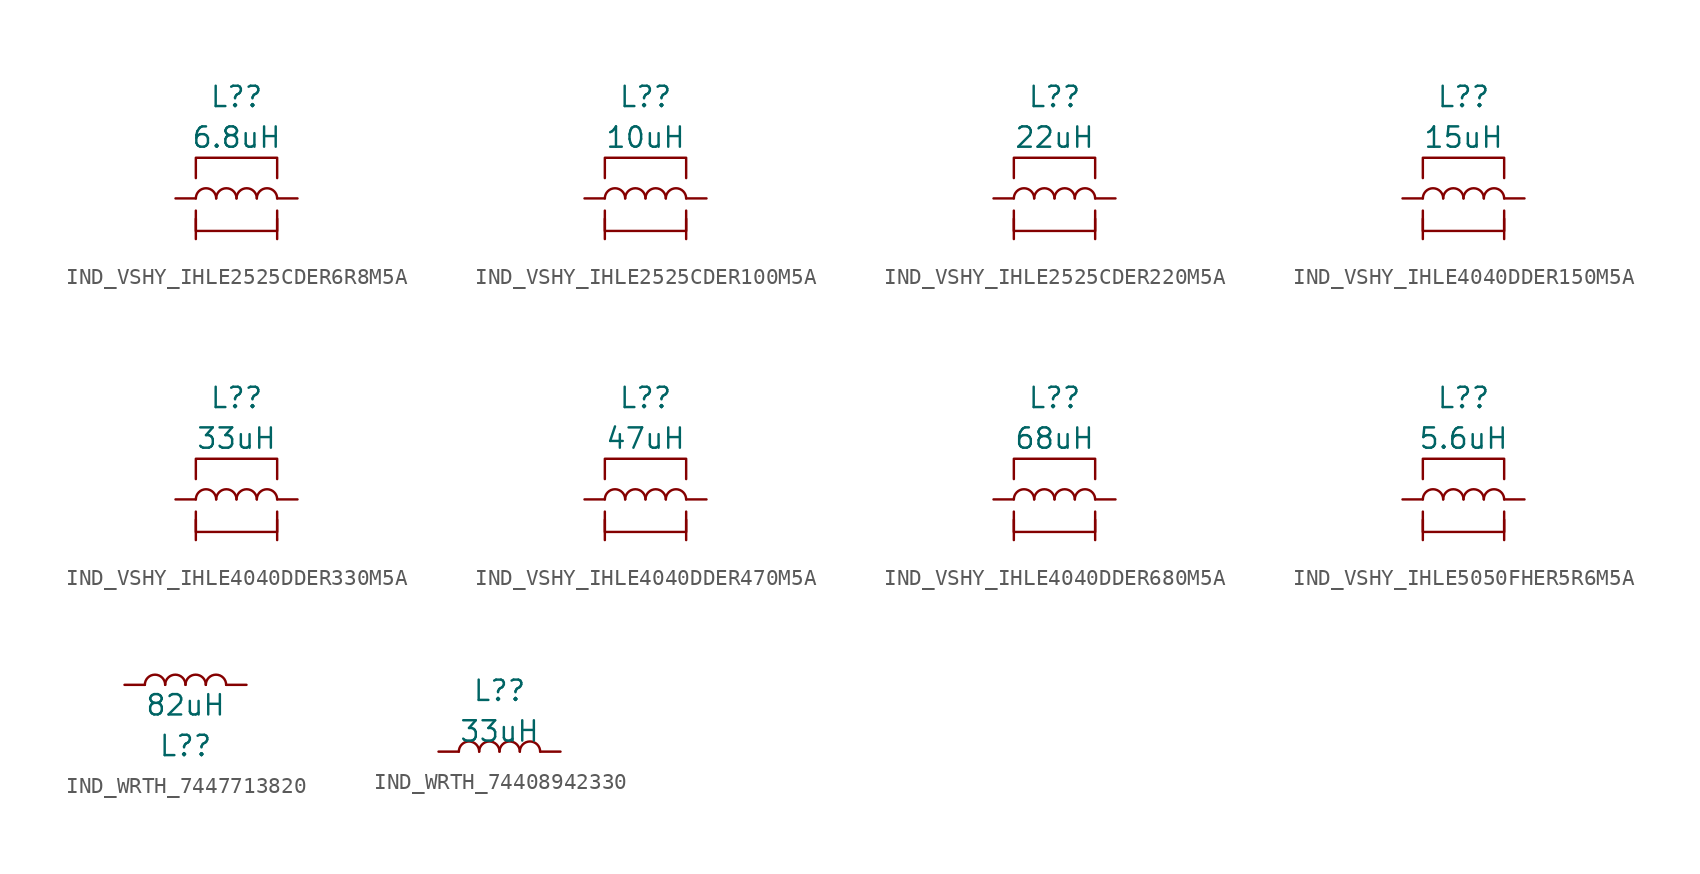
<source format=kicad_sym>
(kicad_symbol_lib
  (version 20231120)
  (generator "kicad_symbol_editor")
  (generator_version "8.0")
  (symbol "IND_VSHY_IHLE2525CDER6R8M5A"
    (pin_numbers hide)
    (pin_names
      (offset 1.016) hide)
    (property "Reference" "L?"
      (at 0 6.35 0)
      (effects (font (size 1.27 1.27))))
    (property "Value" "6.8uH"
      (at 0 3.81 0)
      (effects (font (size 1.27 1.27))))
    (symbol "IND_VSHY_IHLE2525CDER6R8M5A_0_1"
      (arc (start -1.27 0) (mid -1.905 0.6323) (end -2.54 0) (stroke (width 0) (type default)) (fill (type none)))
      (arc (start 0 0) (mid -0.635 0.6323) (end -1.27 0) (stroke (width 0) (type default)) (fill (type none)))
      (polyline (pts (xy -2.54 -0.762) (xy -2.54 -2.032) (xy 2.54 -2.032) (xy 2.54 -0.762)) (stroke (width 0) (type default)) (fill (type none)))
      (polyline (pts (xy 2.54 1.27) (xy 2.54 2.54) (xy -2.54 2.54) (xy -2.54 1.27)) (stroke (width 0) (type default)) (fill (type none)))
      (arc (start 1.27 0) (mid 0.635 0.6323) (end 0 0) (stroke (width 0) (type default)) (fill (type none)))
      (arc (start 2.54 0) (mid 1.905 0.6323) (end 1.27 0) (stroke (width 0) (type default)) (fill (type none))))
    (symbol "IND_VSHY_IHLE2525CDER6R8M5A_1_1"
      (pin passive line (at -3.81 0 0) (length 1.27) (name "1" (effects (font (size 1.27 1.27)))) (number "1" (effects (font (size 1.27 1.27)))))
      (pin passive line (at 3.81 0 180) (length 1.27) (name "2" (effects (font (size 1.27 1.27)))) (number "2" (effects (font (size 1.27 1.27)))))
      (pin passive line (at -2.54 -2.54 90) (length 1.27) (name "SH2" (effects (font (size 1.27 1.27)))) (number "3" (effects (font (size 1.27 1.27)))))
      (pin passive line (at 2.54 -2.54 90) (length 1.27) (name "SH1" (effects (font (size 1.27 1.27)))) (number "4" (effects (font (size 1.27 1.27)))))))
  (symbol "IND_VSHY_IHLE2525CDER100M5A"
    (pin_numbers hide)
    (pin_names
      (offset 1.016) hide)
    (property "Reference" "L?"
      (at 0 6.35 0)
      (effects (font (size 1.27 1.27))))
    (property "Value" "10uH"
      (at 0 3.81 0)
      (effects (font (size 1.27 1.27))))
    (symbol "IND_VSHY_IHLE2525CDER100M5A_0_1"
      (arc (start -1.27 0) (mid -1.905 0.6323) (end -2.54 0) (stroke (width 0) (type default)) (fill (type none)))
      (arc (start 0 0) (mid -0.635 0.6323) (end -1.27 0) (stroke (width 0) (type default)) (fill (type none)))
      (polyline (pts (xy -2.54 -0.762) (xy -2.54 -2.032) (xy 2.54 -2.032) (xy 2.54 -0.762)) (stroke (width 0) (type default)) (fill (type none)))
      (polyline (pts (xy 2.54 1.27) (xy 2.54 2.54) (xy -2.54 2.54) (xy -2.54 1.27)) (stroke (width 0) (type default)) (fill (type none)))
      (arc (start 1.27 0) (mid 0.635 0.6323) (end 0 0) (stroke (width 0) (type default)) (fill (type none)))
      (arc (start 2.54 0) (mid 1.905 0.6323) (end 1.27 0) (stroke (width 0) (type default)) (fill (type none))))
    (symbol "IND_VSHY_IHLE2525CDER100M5A_1_1"
      (pin passive line (at -3.81 0 0) (length 1.27) (name "1" (effects (font (size 1.27 1.27)))) (number "1" (effects (font (size 1.27 1.27)))))
      (pin passive line (at 3.81 0 180) (length 1.27) (name "2" (effects (font (size 1.27 1.27)))) (number "2" (effects (font (size 1.27 1.27)))))
      (pin passive line (at -2.54 -2.54 90) (length 1.27) (name "SH2" (effects (font (size 1.27 1.27)))) (number "3" (effects (font (size 1.27 1.27)))))
      (pin passive line (at 2.54 -2.54 90) (length 1.27) (name "SH1" (effects (font (size 1.27 1.27)))) (number "4" (effects (font (size 1.27 1.27)))))))
  (symbol "IND_VSHY_IHLE2525CDER220M5A"
    (pin_numbers hide)
    (pin_names
      (offset 1.016) hide)
    (property "Reference" "L?"
      (at 0 6.35 0)
      (effects (font (size 1.27 1.27))))
    (property "Value" "22uH"
      (at 0 3.81 0)
      (effects (font (size 1.27 1.27))))
    (symbol "IND_VSHY_IHLE2525CDER220M5A_0_1"
      (arc (start -1.27 0) (mid -1.905 0.6323) (end -2.54 0) (stroke (width 0) (type default)) (fill (type none)))
      (arc (start 0 0) (mid -0.635 0.6323) (end -1.27 0) (stroke (width 0) (type default)) (fill (type none)))
      (polyline (pts (xy -2.54 -0.762) (xy -2.54 -2.032) (xy 2.54 -2.032) (xy 2.54 -0.762)) (stroke (width 0) (type default)) (fill (type none)))
      (polyline (pts (xy 2.54 1.27) (xy 2.54 2.54) (xy -2.54 2.54) (xy -2.54 1.27)) (stroke (width 0) (type default)) (fill (type none)))
      (arc (start 1.27 0) (mid 0.635 0.6323) (end 0 0) (stroke (width 0) (type default)) (fill (type none)))
      (arc (start 2.54 0) (mid 1.905 0.6323) (end 1.27 0) (stroke (width 0) (type default)) (fill (type none))))
    (symbol "IND_VSHY_IHLE2525CDER220M5A_1_1"
      (pin passive line (at -3.81 0 0) (length 1.27) (name "1" (effects (font (size 1.27 1.27)))) (number "1" (effects (font (size 1.27 1.27)))))
      (pin passive line (at 3.81 0 180) (length 1.27) (name "2" (effects (font (size 1.27 1.27)))) (number "2" (effects (font (size 1.27 1.27)))))
      (pin passive line (at -2.54 -2.54 90) (length 1.27) (name "SH2" (effects (font (size 1.27 1.27)))) (number "3" (effects (font (size 1.27 1.27)))))
      (pin passive line (at 2.54 -2.54 90) (length 1.27) (name "SH1" (effects (font (size 1.27 1.27)))) (number "4" (effects (font (size 1.27 1.27)))))))
  (symbol "IND_VSHY_IHLE4040DDER150M5A"
    (pin_numbers hide)
    (pin_names
      (offset 1.016) hide)
    (property "Reference" "L?"
      (at 0 6.35 0)
      (effects (font (size 1.27 1.27))))
    (property "Value" "15uH"
      (at 0 3.81 0)
      (effects (font (size 1.27 1.27))))
    (symbol "IND_VSHY_IHLE4040DDER150M5A_0_1"
      (arc (start -1.27 0) (mid -1.905 0.6323) (end -2.54 0) (stroke (width 0) (type default)) (fill (type none)))
      (arc (start 0 0) (mid -0.635 0.6323) (end -1.27 0) (stroke (width 0) (type default)) (fill (type none)))
      (polyline (pts (xy -2.54 -0.762) (xy -2.54 -2.032) (xy 2.54 -2.032) (xy 2.54 -0.762)) (stroke (width 0) (type default)) (fill (type none)))
      (polyline (pts (xy 2.54 1.27) (xy 2.54 2.54) (xy -2.54 2.54) (xy -2.54 1.27)) (stroke (width 0) (type default)) (fill (type none)))
      (arc (start 1.27 0) (mid 0.635 0.6323) (end 0 0) (stroke (width 0) (type default)) (fill (type none)))
      (arc (start 2.54 0) (mid 1.905 0.6323) (end 1.27 0) (stroke (width 0) (type default)) (fill (type none))))
    (symbol "IND_VSHY_IHLE4040DDER150M5A_1_1"
      (pin passive line (at -3.81 0 0) (length 1.27) (name "1" (effects (font (size 1.27 1.27)))) (number "1" (effects (font (size 1.27 1.27)))))
      (pin passive line (at 3.81 0 180) (length 1.27) (name "2" (effects (font (size 1.27 1.27)))) (number "2" (effects (font (size 1.27 1.27)))))
      (pin passive line (at -2.54 -2.54 90) (length 1.27) (name "SH2" (effects (font (size 1.27 1.27)))) (number "3" (effects (font (size 1.27 1.27)))))
      (pin passive line (at 2.54 -2.54 90) (length 1.27) (name "SH1" (effects (font (size 1.27 1.27)))) (number "4" (effects (font (size 1.27 1.27)))))))
  (symbol "IND_VSHY_IHLE4040DDER330M5A"
    (pin_numbers hide)
    (pin_names
      (offset 1.016) hide)
    (property "Reference" "L?"
      (at 0 6.35 0)
      (effects (font (size 1.27 1.27))))
    (property "Value" "33uH"
      (at 0 3.81 0)
      (effects (font (size 1.27 1.27))))
    (symbol "IND_VSHY_IHLE4040DDER330M5A_0_1"
      (arc (start -1.27 0) (mid -1.905 0.6323) (end -2.54 0) (stroke (width 0) (type default)) (fill (type none)))
      (arc (start 0 0) (mid -0.635 0.6323) (end -1.27 0) (stroke (width 0) (type default)) (fill (type none)))
      (polyline (pts (xy -2.54 -0.762) (xy -2.54 -2.032) (xy 2.54 -2.032) (xy 2.54 -0.762)) (stroke (width 0) (type default)) (fill (type none)))
      (polyline (pts (xy 2.54 1.27) (xy 2.54 2.54) (xy -2.54 2.54) (xy -2.54 1.27)) (stroke (width 0) (type default)) (fill (type none)))
      (arc (start 1.27 0) (mid 0.635 0.6323) (end 0 0) (stroke (width 0) (type default)) (fill (type none)))
      (arc (start 2.54 0) (mid 1.905 0.6323) (end 1.27 0) (stroke (width 0) (type default)) (fill (type none))))
    (symbol "IND_VSHY_IHLE4040DDER330M5A_1_1"
      (pin passive line (at -3.81 0 0) (length 1.27) (name "1" (effects (font (size 1.27 1.27)))) (number "1" (effects (font (size 1.27 1.27)))))
      (pin passive line (at 3.81 0 180) (length 1.27) (name "2" (effects (font (size 1.27 1.27)))) (number "2" (effects (font (size 1.27 1.27)))))
      (pin passive line (at -2.54 -2.54 90) (length 1.27) (name "SH2" (effects (font (size 1.27 1.27)))) (number "3" (effects (font (size 1.27 1.27)))))
      (pin passive line (at 2.54 -2.54 90) (length 1.27) (name "SH1" (effects (font (size 1.27 1.27)))) (number "4" (effects (font (size 1.27 1.27)))))))
  (symbol "IND_VSHY_IHLE4040DDER470M5A"
    (pin_numbers hide)
    (pin_names
      (offset 1.016) hide)
    (property "Reference" "L?"
      (at 0 6.35 0)
      (effects (font (size 1.27 1.27))))
    (property "Value" "47uH"
      (at 0 3.81 0)
      (effects (font (size 1.27 1.27))))
    (symbol "IND_VSHY_IHLE4040DDER470M5A_0_1"
      (arc (start -1.27 0) (mid -1.905 0.6323) (end -2.54 0) (stroke (width 0) (type default)) (fill (type none)))
      (arc (start 0 0) (mid -0.635 0.6323) (end -1.27 0) (stroke (width 0) (type default)) (fill (type none)))
      (polyline (pts (xy -2.54 -0.762) (xy -2.54 -2.032) (xy 2.54 -2.032) (xy 2.54 -0.762)) (stroke (width 0) (type default)) (fill (type none)))
      (polyline (pts (xy 2.54 1.27) (xy 2.54 2.54) (xy -2.54 2.54) (xy -2.54 1.27)) (stroke (width 0) (type default)) (fill (type none)))
      (arc (start 1.27 0) (mid 0.635 0.6323) (end 0 0) (stroke (width 0) (type default)) (fill (type none)))
      (arc (start 2.54 0) (mid 1.905 0.6323) (end 1.27 0) (stroke (width 0) (type default)) (fill (type none))))
    (symbol "IND_VSHY_IHLE4040DDER470M5A_1_1"
      (pin passive line (at -3.81 0 0) (length 1.27) (name "1" (effects (font (size 1.27 1.27)))) (number "1" (effects (font (size 1.27 1.27)))))
      (pin passive line (at 3.81 0 180) (length 1.27) (name "2" (effects (font (size 1.27 1.27)))) (number "2" (effects (font (size 1.27 1.27)))))
      (pin passive line (at -2.54 -2.54 90) (length 1.27) (name "SH2" (effects (font (size 1.27 1.27)))) (number "3" (effects (font (size 1.27 1.27)))))
      (pin passive line (at 2.54 -2.54 90) (length 1.27) (name "SH1" (effects (font (size 1.27 1.27)))) (number "4" (effects (font (size 1.27 1.27)))))))
  (symbol "IND_VSHY_IHLE4040DDER680M5A"
    (pin_numbers hide)
    (pin_names
      (offset 1.016) hide)
    (property "Reference" "L?"
      (at 0 6.35 0)
      (effects (font (size 1.27 1.27))))
    (property "Value" "68uH"
      (at 0 3.81 0)
      (effects (font (size 1.27 1.27))))
    (symbol "IND_VSHY_IHLE4040DDER680M5A_0_1"
      (arc (start -1.27 0) (mid -1.905 0.6323) (end -2.54 0) (stroke (width 0) (type default)) (fill (type none)))
      (arc (start 0 0) (mid -0.635 0.6323) (end -1.27 0) (stroke (width 0) (type default)) (fill (type none)))
      (polyline (pts (xy -2.54 -0.762) (xy -2.54 -2.032) (xy 2.54 -2.032) (xy 2.54 -0.762)) (stroke (width 0) (type default)) (fill (type none)))
      (polyline (pts (xy 2.54 1.27) (xy 2.54 2.54) (xy -2.54 2.54) (xy -2.54 1.27)) (stroke (width 0) (type default)) (fill (type none)))
      (arc (start 1.27 0) (mid 0.635 0.6323) (end 0 0) (stroke (width 0) (type default)) (fill (type none)))
      (arc (start 2.54 0) (mid 1.905 0.6323) (end 1.27 0) (stroke (width 0) (type default)) (fill (type none))))
    (symbol "IND_VSHY_IHLE4040DDER680M5A_1_1"
      (pin passive line (at -3.81 0 0) (length 1.27) (name "1" (effects (font (size 1.27 1.27)))) (number "1" (effects (font (size 1.27 1.27)))))
      (pin passive line (at 3.81 0 180) (length 1.27) (name "2" (effects (font (size 1.27 1.27)))) (number "2" (effects (font (size 1.27 1.27)))))
      (pin passive line (at -2.54 -2.54 90) (length 1.27) (name "SH2" (effects (font (size 1.27 1.27)))) (number "3" (effects (font (size 1.27 1.27)))))
      (pin passive line (at 2.54 -2.54 90) (length 1.27) (name "SH1" (effects (font (size 1.27 1.27)))) (number "4" (effects (font (size 1.27 1.27)))))))
  (symbol "IND_VSHY_IHLE5050FHER5R6M5A"
    (pin_numbers hide)
    (pin_names
      (offset 1.016) hide)
    (property "Reference" "L?"
      (at 0 6.35 0)
      (effects (font (size 1.27 1.27))))
    (property "Value" "5.6uH"
      (at 0 3.81 0)
      (effects (font (size 1.27 1.27))))
    (symbol "IND_VSHY_IHLE5050FHER5R6M5A_0_1"
      (arc (start -1.27 0) (mid -1.905 0.6323) (end -2.54 0) (stroke (width 0) (type default)) (fill (type none)))
      (arc (start 0 0) (mid -0.635 0.6323) (end -1.27 0) (stroke (width 0) (type default)) (fill (type none)))
      (polyline (pts (xy -2.54 -0.762) (xy -2.54 -2.032) (xy 2.54 -2.032) (xy 2.54 -0.762)) (stroke (width 0) (type default)) (fill (type none)))
      (polyline (pts (xy 2.54 1.27) (xy 2.54 2.54) (xy -2.54 2.54) (xy -2.54 1.27)) (stroke (width 0) (type default)) (fill (type none)))
      (arc (start 1.27 0) (mid 0.635 0.6323) (end 0 0) (stroke (width 0) (type default)) (fill (type none)))
      (arc (start 2.54 0) (mid 1.905 0.6323) (end 1.27 0) (stroke (width 0) (type default)) (fill (type none))))
    (symbol "IND_VSHY_IHLE5050FHER5R6M5A_1_1"
      (pin passive line (at -3.81 0 0) (length 1.27) (name "1" (effects (font (size 1.27 1.27)))) (number "1" (effects (font (size 1.27 1.27)))))
      (pin passive line (at 3.81 0 180) (length 1.27) (name "2" (effects (font (size 1.27 1.27)))) (number "2" (effects (font (size 1.27 1.27)))))
      (pin passive line (at -2.54 -2.54 90) (length 1.27) (name "SH2" (effects (font (size 1.27 1.27)))) (number "3" (effects (font (size 1.27 1.27)))))
      (pin passive line (at 2.54 -2.54 90) (length 1.27) (name "SH1" (effects (font (size 1.27 1.27)))) (number "4" (effects (font (size 1.27 1.27)))))))
  (symbol "IND_WRTH_7447713820"
    (pin_numbers hide)
    (pin_names
      (offset 1.016) hide)
    (property "Reference" "L?"
      (at 0 -3.81 0)
      (effects (font (size 1.27 1.27))))
    (property "Value" "82uH"
      (at 0 -1.27 0)
      (effects (font (size 1.27 1.27))))
    (symbol "IND_WRTH_7447713820_0_1"
      (arc (start -1.27 0) (mid -1.905 0.6323) (end -2.54 0) (stroke (width 0) (type default)) (fill (type none)))
      (arc (start 0 0) (mid -0.635 0.6323) (end -1.27 0) (stroke (width 0) (type default)) (fill (type none)))
      (arc (start 1.27 0) (mid 0.635 0.6323) (end 0 0) (stroke (width 0) (type default)) (fill (type none)))
      (arc (start 2.54 0) (mid 1.905 0.6323) (end 1.27 0) (stroke (width 0) (type default)) (fill (type none))))
    (symbol "IND_WRTH_7447713820_1_1"
      (pin passive line (at -3.81 0 0) (length 1.27) (name "1" (effects (font (size 1.27 1.27)))) (number "1" (effects (font (size 1.27 1.27)))))
      (pin passive line (at 3.81 0 180) (length 1.27) (name "2" (effects (font (size 1.27 1.27)))) (number "2" (effects (font (size 1.27 1.27)))))))
  (symbol "IND_WRTH_74408942330"
    (pin_numbers hide)
    (pin_names
      (offset 1.016) hide)
    (property "Reference" "L?"
      (at 0 3.81 0)
      (effects (font (size 1.27 1.27))))
    (property "Value" "33uH"
      (at 0 1.27 0)
      (effects (font (size 1.27 1.27))))
    (symbol "IND_WRTH_74408942330_0_1"
      (arc (start -1.27 0) (mid -1.905 0.6323) (end -2.54 0) (stroke (width 0) (type default)) (fill (type none)))
      (arc (start 0 0) (mid -0.635 0.6323) (end -1.27 0) (stroke (width 0) (type default)) (fill (type none)))
      (arc (start 1.27 0) (mid 0.635 0.6323) (end 0 0) (stroke (width 0) (type default)) (fill (type none)))
      (arc (start 2.54 0) (mid 1.905 0.6323) (end 1.27 0) (stroke (width 0) (type default)) (fill (type none))))
    (symbol "IND_WRTH_74408942330_1_1"
      (pin passive line (at -3.81 0 0) (length 1.27) (name "1" (effects (font (size 1.27 1.27)))) (number "1" (effects (font (size 1.27 1.27)))))
      (pin passive line (at 3.81 0 180) (length 1.27) (name "2" (effects (font (size 1.27 1.27)))) (number "2" (effects (font (size 1.27 1.27))))))))
</source>
